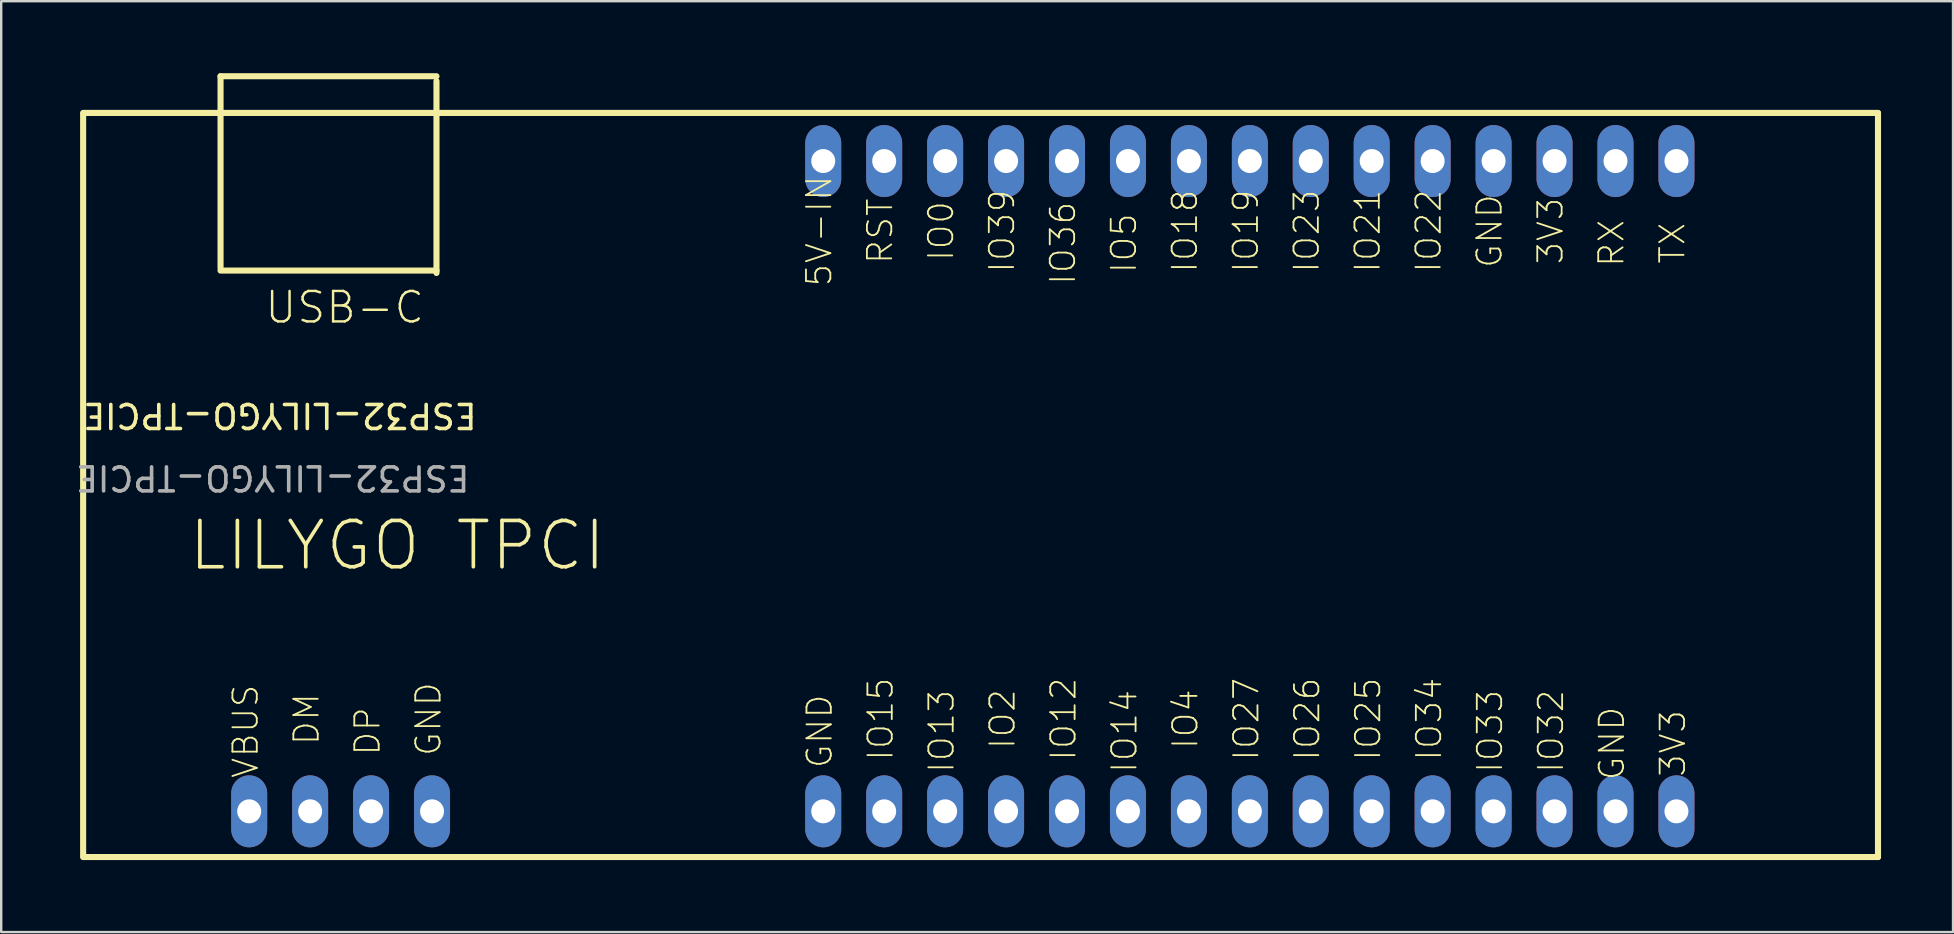
<source format=kicad_pcb>
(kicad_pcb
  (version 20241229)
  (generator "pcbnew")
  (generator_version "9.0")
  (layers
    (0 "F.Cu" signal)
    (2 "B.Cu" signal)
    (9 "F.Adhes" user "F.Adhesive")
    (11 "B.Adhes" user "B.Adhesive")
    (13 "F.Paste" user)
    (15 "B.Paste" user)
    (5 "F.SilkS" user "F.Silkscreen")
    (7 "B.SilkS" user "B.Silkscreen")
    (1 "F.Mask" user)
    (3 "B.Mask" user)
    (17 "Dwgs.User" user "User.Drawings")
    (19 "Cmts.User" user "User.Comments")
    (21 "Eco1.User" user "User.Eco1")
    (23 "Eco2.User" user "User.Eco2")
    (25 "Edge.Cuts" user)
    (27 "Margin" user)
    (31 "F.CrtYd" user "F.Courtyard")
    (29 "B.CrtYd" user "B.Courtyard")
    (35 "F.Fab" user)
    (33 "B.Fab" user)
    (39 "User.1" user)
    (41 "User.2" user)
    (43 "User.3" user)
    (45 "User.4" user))
  (footprint "ESP32-LILYGO-TPCIE"
    (layer "F.Cu")
    (at 20.285 19.88)
    (property "Reference" "ESP32-LILYGO-TPCIE" (at -11.67 -5.618 180) (unlocked yes) (layer "F.SilkS") (effects (font (size 1 1) (thickness 0.15))))
    (attr through_hole)
    (fp_line (start -19.87 12.787) (end -19.87 -18.223) (stroke (width 0.254) (type solid)) (layer "F.SilkS"))
    (fp_line (start -19.85 12.787) (end 54.93 12.787) (stroke (width 0.254) (type solid)) (layer "F.SilkS"))
    (fp_line (start -14.144 -19.753) (end -5.145 -19.753) (stroke (width 0.254) (type solid)) (layer "F.SilkS"))
    (fp_line (start -14.144 -11.754) (end -14.144 -19.753) (stroke (width 0.254) (type solid)) (layer "F.SilkS"))
    (fp_line (start -14.144 -11.654) (end -5.145 -11.654) (stroke (width 0.254) (type solid)) (layer "F.SilkS"))
    (fp_line (start -5.145 -11.554) (end -5.145 -19.553) (stroke (width 0.254) (type solid)) (layer "F.SilkS"))
    (fp_line (start 54.93 -18.223) (end -19.85 -18.223) (stroke (width 0.254) (type solid)) (layer "F.SilkS"))
    (fp_line (start 54.93 12.787) (end 54.93 -18.223) (stroke (width 0.254) (type solid)) (layer "F.SilkS"))
    (fp_text user "IO14" (at 23.523 7.547 270) (layer "F.SilkS") (effects (font (size 1.016 1.016) (thickness 0.076))))
    (fp_text user "GND" (at -5.48 7.039 270) (layer "F.SilkS") (effects (font (size 1.016 1.016) (thickness 0.076))))
    (fp_text user "5V-IN" (at 10.803 -13.3 270) (layer "F.SilkS") (effects (font (size 1.016 1.016) (thickness 0.076))))
    (fp_text user "IO27" (at 28.603 7.039 270) (layer "F.SilkS") (effects (font (size 1.016 1.016) (thickness 0.076))))
    (fp_text user "VBUS" (at -13.1 7.547 270) (layer "F.SilkS") (effects (font (size 1.016 1.016) (thickness 0.076))))
    (fp_text user "IO34" (at 36.22 7.039 270) (layer "F.SilkS") (effects (font (size 1.016 1.016) (thickness 0.076))))
    (fp_text user "GND" (at 38.74 -13.3 270) (layer "F.SilkS") (effects (font (size 1.016 1.016) (thickness 0.076))))
    (fp_text user "DM" (at -10.56 7.039 270) (layer "F.SilkS") (effects (font (size 1.016 1.016) (thickness 0.076))))
    (fp_text user "RST" (at 13.343 -13.3 270) (layer "F.SilkS") (effects (font (size 1.016 1.016) (thickness 0.076))))
    (fp_text user "IO18" (at 26.043 -13.3 270) (layer "F.SilkS") (effects (font (size 1.016 1.016) (thickness 0.076))))
    (fp_text user "RX" (at 43.82 -12.792 270) (layer "F.SilkS") (effects (font (size 1.016 1.016) (thickness 0.076))))
    (fp_text user "IO23" (at 31.12 -13.3 270) (layer "F.SilkS") (effects (font (size 1.016 1.016) (thickness 0.076))))
    (fp_text user "IO12" (at 20.983 7.039 270) (layer "F.SilkS") (effects (font (size 1.016 1.016) (thickness 0.076))))
    (fp_text user "IO0" (at 15.883 -13.3 270) (layer "F.SilkS") (effects (font (size 1.016 1.016) (thickness 0.076))))
    (fp_text user "IO26" (at 31.14 7.039 270) (layer "F.SilkS") (effects (font (size 1.016 1.016) (thickness 0.076))))
    (fp_text user "IO39" (at 18.423 -13.3 270) (layer "F.SilkS") (effects (font (size 1.016 1.016) (thickness 0.076))))
    (fp_text user "IO2" (at 18.443 7.039 270) (layer "F.SilkS") (effects (font (size 1.016 1.016) (thickness 0.076))))
    (fp_text user "GND" (at 43.84 8.055 270) (layer "F.SilkS") (effects (font (size 1.016 1.016) (thickness 0.076))))
    (fp_text user "TX" (at 46.36 -12.792 270) (layer "F.SilkS") (effects (font (size 1.016 1.016) (thickness 0.076))))
    (fp_text user "IO21" (at 33.66 -13.3 270) (layer "F.SilkS") (effects (font (size 1.016 1.016) (thickness 0.076))))
    (fp_text user "USB-C" (at -8.97 -10.118 0) (layer "F.SilkS") (effects (font (size 1.27 1.27) (thickness 0.102))))
    (fp_text user "IO36" (at 20.963 -12.792 270) (layer "F.SilkS") (effects (font (size 1.016 1.016) (thickness 0.076))))
    (fp_text user "IO15" (at 13.363 7.039 270) (layer "F.SilkS") (effects (font (size 1.016 1.016) (thickness 0.076))))
    (fp_text user "GND" (at 10.823 7.547 270) (layer "F.SilkS") (effects (font (size 1.016 1.016) (thickness 0.076))))
    (fp_text user "DP" (at -8.02 7.547 270) (layer "F.SilkS") (effects (font (size 1.016 1.016) (thickness 0.076))))
    (fp_text user "IO22" (at 36.2 -13.3 270) (layer "F.SilkS") (effects (font (size 1.016 1.016) (thickness 0.076))))
    (fp_text user "3V3" (at 46.38 8.055 270) (layer "F.SilkS") (effects (font (size 1.016 1.016) (thickness 0.076))))
    (fp_text user "LILYGO TPCI" (at -6.779 -0.196 180) (layer "F.SilkS") (effects (font (size 1.93 1.93) (thickness 0.152))))
    (fp_text user "IO32" (at 41.3 7.547 270) (layer "F.SilkS") (effects (font (size 1.016 1.016) (thickness 0.076))))
    (fp_text user "IO4" (at 26.063 7.039 270) (layer "F.SilkS") (effects (font (size 1.016 1.016) (thickness 0.076))))
    (fp_text user "IO25" (at 33.68 7.039 270) (layer "F.SilkS") (effects (font (size 1.016 1.016) (thickness 0.076))))
    (fp_text user "IO5" (at 23.503 -12.792 270) (layer "F.SilkS") (effects (font (size 1.016 1.016) (thickness 0.076))))
    (fp_text user "3V3" (at 41.28 -13.3 270) (layer "F.SilkS") (effects (font (size 1.016 1.016) (thickness 0.076))))
    (fp_text user "IO13" (at 15.903 7.547 270) (layer "F.SilkS") (effects (font (size 1.016 1.016) (thickness 0.076))))
    (fp_text user "IO33" (at 38.76 7.547 270) (layer "F.SilkS") (effects (font (size 1.016 1.016) (thickness 0.076))))
    (fp_text user "IO19" (at 28.583 -13.3 270) (layer "F.SilkS") (effects (font (size 1.016 1.016) (thickness 0.076))))
    (fp_text user "${REFERENCE}" (at -11.97 -3.018 180) (unlocked yes) (layer "F.Fab") (effects (font (size 1 1) (thickness 0.15))))
    (pad "3V3" thru_hole oval (at 41.45 -16.218) (size 1.5 3) (drill 1) (layers "*.Cu" "*.Mask"))
    (pad "3V3@2" thru_hole oval (at 46.53 10.882) (size 1.5 3) (drill 1) (layers "*.Cu" "*.Mask"))
    (pad "5V-IN" thru_hole oval (at 10.973 -16.218) (size 1.5 3) (drill 1) (layers "*.Cu" "*.Mask"))
    (pad "DM" thru_hole oval (at -10.41 10.882) (size 1.5 3) (drill 1) (layers "*.Cu" "*.Mask"))
    (pad "DP" thru_hole oval (at -7.87 10.882) (size 1.5 3) (drill 1) (layers "*.Cu" "*.Mask"))
    (pad "GND" thru_hole oval (at -5.33 10.882) (size 1.5 3) (drill 1) (layers "*.Cu" "*.Mask"))
    (pad "GND" thru_hole oval (at 10.973 10.882) (size 1.5 3) (drill 1) (layers "*.Cu" "*.Mask"))
    (pad "GND" thru_hole oval (at 38.91 -16.218) (size 1.5 3) (drill 1) (layers "*.Cu" "*.Mask"))
    (pad "GND" thru_hole oval (at 43.99 10.882) (size 1.5 3) (drill 1) (layers "*.Cu" "*.Mask"))
    (pad "M0" thru_hole oval (at 16.053 -16.218) (size 1.5 3) (drill 1) (layers "*.Cu" "*.Mask"))
    (pad "M2" thru_hole oval (at 18.593 10.882) (size 1.5 3) (drill 1) (layers "*.Cu" "*.Mask"))
    (pad "M4" thru_hole oval (at 26.213 10.882) (size 1.5 3) (drill 1) (layers "*.Cu" "*.Mask"))
    (pad "M5" thru_hole oval (at 23.673 -16.218) (size 1.5 3) (drill 1) (layers "*.Cu" "*.Mask"))
    (pad "M12" thru_hole oval (at 21.133 10.882) (size 1.5 3) (drill 1) (layers "*.Cu" "*.Mask"))
    (pad "M13" thru_hole oval (at 16.053 10.882) (size 1.5 3) (drill 1) (layers "*.Cu" "*.Mask"))
    (pad "M14" thru_hole oval (at 23.673 10.882) (size 1.5 3) (drill 1) (layers "*.Cu" "*.Mask"))
    (pad "M15" thru_hole oval (at 13.513 10.882) (size 1.5 3) (drill 1) (layers "*.Cu" "*.Mask"))
    (pad "M18" thru_hole oval (at 26.213 -16.218) (size 1.5 3) (drill 1) (layers "*.Cu" "*.Mask"))
    (pad "M19" thru_hole oval (at 28.753 -16.218) (size 1.5 3) (drill 1) (layers "*.Cu" "*.Mask"))
    (pad "M21" thru_hole oval (at 33.83 -16.218) (size 1.5 3) (drill 1) (layers "*.Cu" "*.Mask"))
    (pad "M22" thru_hole oval (at 36.37 -16.218) (size 1.5 3) (drill 1) (layers "*.Cu" "*.Mask"))
    (pad "M23" thru_hole oval (at 31.29 -16.218) (size 1.5 3) (drill 1) (layers "*.Cu" "*.Mask"))
    (pad "M25" thru_hole oval (at 33.83 10.882) (size 1.5 3) (drill 1) (layers "*.Cu" "*.Mask"))
    (pad "M26" thru_hole oval (at 31.29 10.882) (size 1.5 3) (drill 1) (layers "*.Cu" "*.Mask"))
    (pad "M27" thru_hole oval (at 28.753 10.882) (size 1.5 3) (drill 1) (layers "*.Cu" "*.Mask"))
    (pad "M32" thru_hole oval (at 41.45 10.882) (size 1.5 3) (drill 1) (layers "*.Cu" "*.Mask"))
    (pad "M33" thru_hole oval (at 38.91 10.882) (size 1.5 3) (drill 1) (layers "*.Cu" "*.Mask"))
    (pad "M34" thru_hole oval (at 36.37 10.882) (size 1.5 3) (drill 1) (layers "*.Cu" "*.Mask"))
    (pad "M36" thru_hole oval (at 21.133 -16.218) (size 1.5 3) (drill 1) (layers "*.Cu" "*.Mask"))
    (pad "M39" thru_hole oval (at 18.593 -16.218) (size 1.5 3) (drill 1) (layers "*.Cu" "*.Mask"))
    (pad "RST" thru_hole oval (at 13.513 -16.218) (size 1.5 3) (drill 1) (layers "*.Cu" "*.Mask"))
    (pad "RX" thru_hole oval (at 43.99 -16.218) (size 1.5 3) (drill 1) (layers "*.Cu" "*.Mask"))
    (pad "TX" thru_hole oval (at 46.53 -16.218) (size 1.5 3) (drill 1) (layers "*.Cu" "*.Mask"))
    (pad "VBUS" thru_hole oval (at -12.95 10.882) (size 1.5 3) (drill 1) (layers "*.Cu" "*.Mask")))
  (gr_rect
    (start -3 -3)
    (end 78.342 35.793)
    (stroke (width 0.1) (type default))
    (fill no)
    (layer "Edge.Cuts")))
</source>
